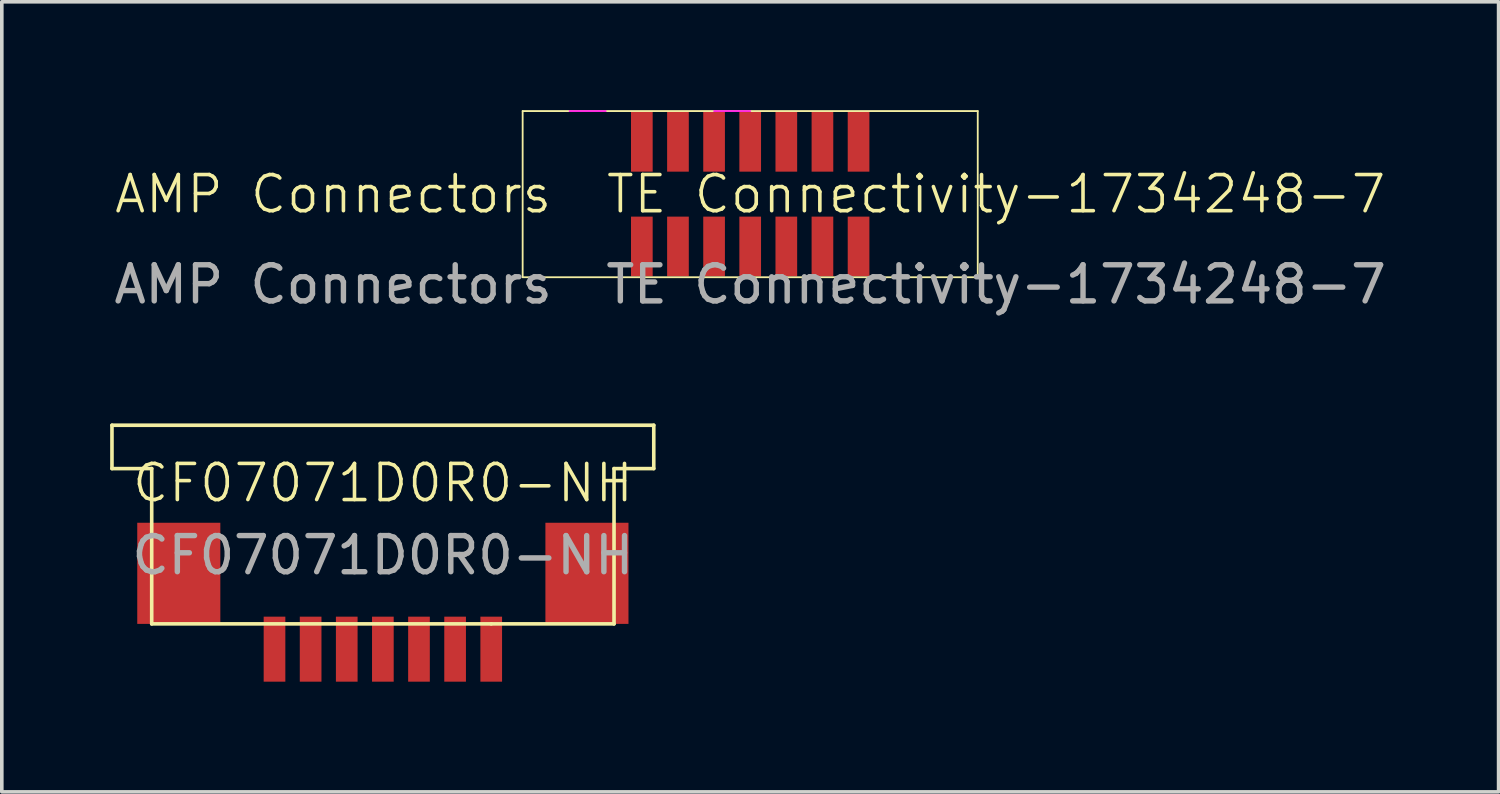
<source format=kicad_pcb>
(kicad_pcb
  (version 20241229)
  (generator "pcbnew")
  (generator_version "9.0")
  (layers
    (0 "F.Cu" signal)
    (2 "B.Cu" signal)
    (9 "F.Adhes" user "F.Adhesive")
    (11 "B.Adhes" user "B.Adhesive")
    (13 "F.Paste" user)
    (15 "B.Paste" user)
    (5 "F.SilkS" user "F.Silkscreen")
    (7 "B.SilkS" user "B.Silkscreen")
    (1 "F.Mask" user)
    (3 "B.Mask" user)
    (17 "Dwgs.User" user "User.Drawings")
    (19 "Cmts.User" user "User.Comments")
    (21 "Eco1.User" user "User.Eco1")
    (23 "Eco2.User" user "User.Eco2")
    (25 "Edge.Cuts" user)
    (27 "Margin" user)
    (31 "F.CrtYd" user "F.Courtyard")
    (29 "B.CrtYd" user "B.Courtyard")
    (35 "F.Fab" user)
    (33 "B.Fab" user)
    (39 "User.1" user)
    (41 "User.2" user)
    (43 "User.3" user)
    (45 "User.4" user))
  (footprint "AMP Connectors  TE Connectivity-1734248-7"
    (layer "F.Cu")
    (at 17.72 2.325)
    (property "Reference" "AMP Connectors  TE Connectivity-1734248-7" (at 0 0 0) (unlocked yes) (layer "F.SilkS") (effects (font (size 1 1) (thickness 0.1))))
    (attr smd)
    (fp_line (start -6.3 -2.3) (end -6.3 2.3) (stroke (width 0.05) (type solid)) (layer "F.SilkS"))
    (fp_line (start -6.3 2.3) (end 6.3 2.3) (stroke (width 0.05) (type solid)) (layer "F.SilkS"))
    (fp_line (start 0 -2.3) (end -6.3 -2.3) (stroke (width 0.05) (type solid)) (layer "F.SilkS"))
    (fp_line (start 6.3 -2.3) (end 0 -2.3) (stroke (width 0.05) (type solid)) (layer "F.SilkS"))
    (fp_line (start 6.3 2.3) (end 6.3 -2.3) (stroke (width 0.05) (type solid)) (layer "F.SilkS"))
    (fp_line (start -4 -2.3) (end -5 -2.3) (stroke (width 0.05) (type default)) (layer "F.CrtYd"))
    (fp_line (start 0 -2.3) (end -1 -2.3) (stroke (width 0.05) (type default)) (layer "F.CrtYd"))
    (fp_text user "${REFERENCE}" (at 0 2.5 0) (unlocked yes) (layer "F.Fab") (effects (font (size 1 1) (thickness 0.15))))
    (pad "1" smd rect (at -3 -1.45) (size 0.6 1.655) (layers "F.Cu" "F.Mask" "F.Paste"))
    (pad "1" smd rect (at -3 1.45) (size 0.6 1.655) (layers "F.Cu" "F.Mask" "F.Paste"))
    (pad "2" smd rect (at -2 -1.45) (size 0.6 1.655) (layers "F.Cu" "F.Mask" "F.Paste"))
    (pad "2" smd rect (at -2 1.45) (size 0.6 1.655) (layers "F.Cu" "F.Mask" "F.Paste"))
    (pad "3" smd rect (at -1 -1.45) (size 0.6 1.655) (layers "F.Cu" "F.Mask" "F.Paste"))
    (pad "3" smd rect (at -1 1.45) (size 0.6 1.655) (layers "F.Cu" "F.Mask" "F.Paste"))
    (pad "4" smd rect (at 0 -1.45) (size 0.6 1.655) (layers "F.Cu" "F.Mask" "F.Paste"))
    (pad "4" smd rect (at 0 1.45) (size 0.6 1.655) (layers "F.Cu" "F.Mask" "F.Paste"))
    (pad "5" smd rect (at 1 -1.45) (size 0.6 1.655) (layers "F.Cu" "F.Mask" "F.Paste"))
    (pad "5" smd rect (at 1 1.45) (size 0.6 1.655) (layers "F.Cu" "F.Mask" "F.Paste"))
    (pad "6" smd rect (at 2 -1.45) (size 0.6 1.655) (layers "F.Cu" "F.Mask" "F.Paste"))
    (pad "6" smd rect (at 2 1.45) (size 0.6 1.655) (layers "F.Cu" "F.Mask" "F.Paste"))
    (pad "7" smd rect (at 3 -1.45) (size 0.6 1.655) (layers "F.Cu" "F.Mask" "F.Paste"))
    (pad "7" smd rect (at 3 1.45) (size 0.6 1.655) (layers "F.Cu" "F.Mask" "F.Paste")))
  (footprint "CF07071D0R0-NH"
    (layer "F.Cu")
    (at 7.55 14.223)
    (property "Reference" "CF07071D0R0-NH" (at 0 -3.9 0) (unlocked yes) (layer "F.SilkS") (effects (font (size 1 1) (thickness 0.1))))
    (attr smd)
    (fp_poly (pts (xy -4.5 -2.8) (xy -4.5 0) (xy -6.8 0) (xy -6.8 -2.8)) (stroke (width 0) (type solid)) (fill yes) (layer "F.Cu"))
    (fp_poly (pts (xy 4.5 0) (xy 4.5 -2.8) (xy 6.8 -2.8) (xy 6.8 0)) (stroke (width 0) (type solid)) (fill yes) (layer "F.Cu"))
    (fp_line (start -7.5 -5.5) (end -7.5 -4.3) (stroke (width 0.1) (type default)) (layer "F.SilkS"))
    (fp_line (start -7.5 -4.3) (end -6.4 -4.3) (stroke (width 0.1) (type default)) (layer "F.SilkS"))
    (fp_line (start -6.4 -4.3) (end -6.4 0) (stroke (width 0.1) (type default)) (layer "F.SilkS"))
    (fp_line (start -6.4 0) (end 3 0) (stroke (width 0.1) (type default)) (layer "F.SilkS"))
    (fp_line (start 3 0) (end 6.4 0) (stroke (width 0.1) (type default)) (layer "F.SilkS"))
    (fp_line (start 6.4 -4.3) (end 7.5 -4.3) (stroke (width 0.1) (type default)) (layer "F.SilkS"))
    (fp_line (start 6.4 0) (end 6.4 -4.3) (stroke (width 0.1) (type default)) (layer "F.SilkS"))
    (fp_line (start 7.5 -5.5) (end -7.5 -5.5) (stroke (width 0.1) (type default)) (layer "F.SilkS"))
    (fp_line (start 7.5 -4.3) (end 7.5 -5.5) (stroke (width 0.1) (type default)) (layer "F.SilkS"))
    (fp_line (start -6.8 -2.8) (end -6.8 0) (stroke (width 0.1) (type default)) (layer "User.1"))
    (fp_line (start -6.8 0) (end -4.5 0) (stroke (width 0.1) (type default)) (layer "User.1"))
    (fp_line (start -4.5 -2.8) (end -6.8 -2.8) (stroke (width 0.1) (type default)) (layer "User.1"))
    (fp_line (start -4.5 0) (end -4.5 -2.8) (stroke (width 0.1) (type default)) (layer "User.1"))
    (fp_line (start -3 -0.2) (end 0 -0.2) (stroke (width 0.1) (type default)) (layer "User.1"))
    (fp_line (start -3 0) (end -4.5 0) (stroke (width 0.1) (type default)) (layer "User.1"))
    (fp_line (start -3 1.6) (end -3 -0.2) (stroke (width 0.1) (type default)) (layer "User.1"))
    (fp_line (start 0 -0.2) (end 3 -0.2) (stroke (width 0.1) (type default)) (layer "User.1"))
    (fp_line (start 3 -0.2) (end 3 1.6) (stroke (width 0.1) (type default)) (layer "User.1"))
    (fp_line (start 3 0) (end 4.5 0) (stroke (width 0.1) (type default)) (layer "User.1"))
    (fp_line (start 3 1.6) (end -3 1.6) (stroke (width 0.1) (type default)) (layer "User.1"))
    (fp_line (start 4.5 -2.8) (end 4.5 0) (stroke (width 0.1) (type default)) (layer "User.1"))
    (fp_line (start 4.5 0) (end 6.8 0) (stroke (width 0.1) (type default)) (layer "User.1"))
    (fp_line (start 6.8 -2.8) (end 4.5 -2.8) (stroke (width 0.1) (type default)) (layer "User.1"))
    (fp_line (start 6.8 0) (end 6.8 -2.8) (stroke (width 0.1) (type default)) (layer "User.1"))
    (fp_text user "${REFERENCE}" (at 0 -1.9 0) (unlocked yes) (layer "F.Fab") (effects (font (size 1 1) (thickness 0.15))))
    (pad "1" smd rect (at -3 0.7) (size 0.6 1.8) (layers "F.Cu" "F.Mask" "F.Paste"))
    (pad "2" smd rect (at -2 0.7) (size 0.6 1.8) (layers "F.Cu" "F.Mask" "F.Paste"))
    (pad "3" smd rect (at -1 0.7) (size 0.6 1.8) (layers "F.Cu" "F.Mask" "F.Paste"))
    (pad "4" smd rect (at 0 0.7) (size 0.6 1.8) (layers "F.Cu" "F.Mask" "F.Paste"))
    (pad "5" smd rect (at 1 0.7) (size 0.6 1.8) (layers "F.Cu" "F.Mask" "F.Paste"))
    (pad "6" smd rect (at 2 0.7) (size 0.6 1.8) (layers "F.Cu" "F.Mask" "F.Paste"))
    (pad "7" smd rect (at 3 0.7) (size 0.6 1.8) (layers "F.Cu" "F.Mask" "F.Paste")))
  (gr_rect
    (start -3 -3)
    (end 38.44 18.873)
    (stroke (width 0.1) (type default))
    (fill no)
    (layer "Edge.Cuts")))
</source>
